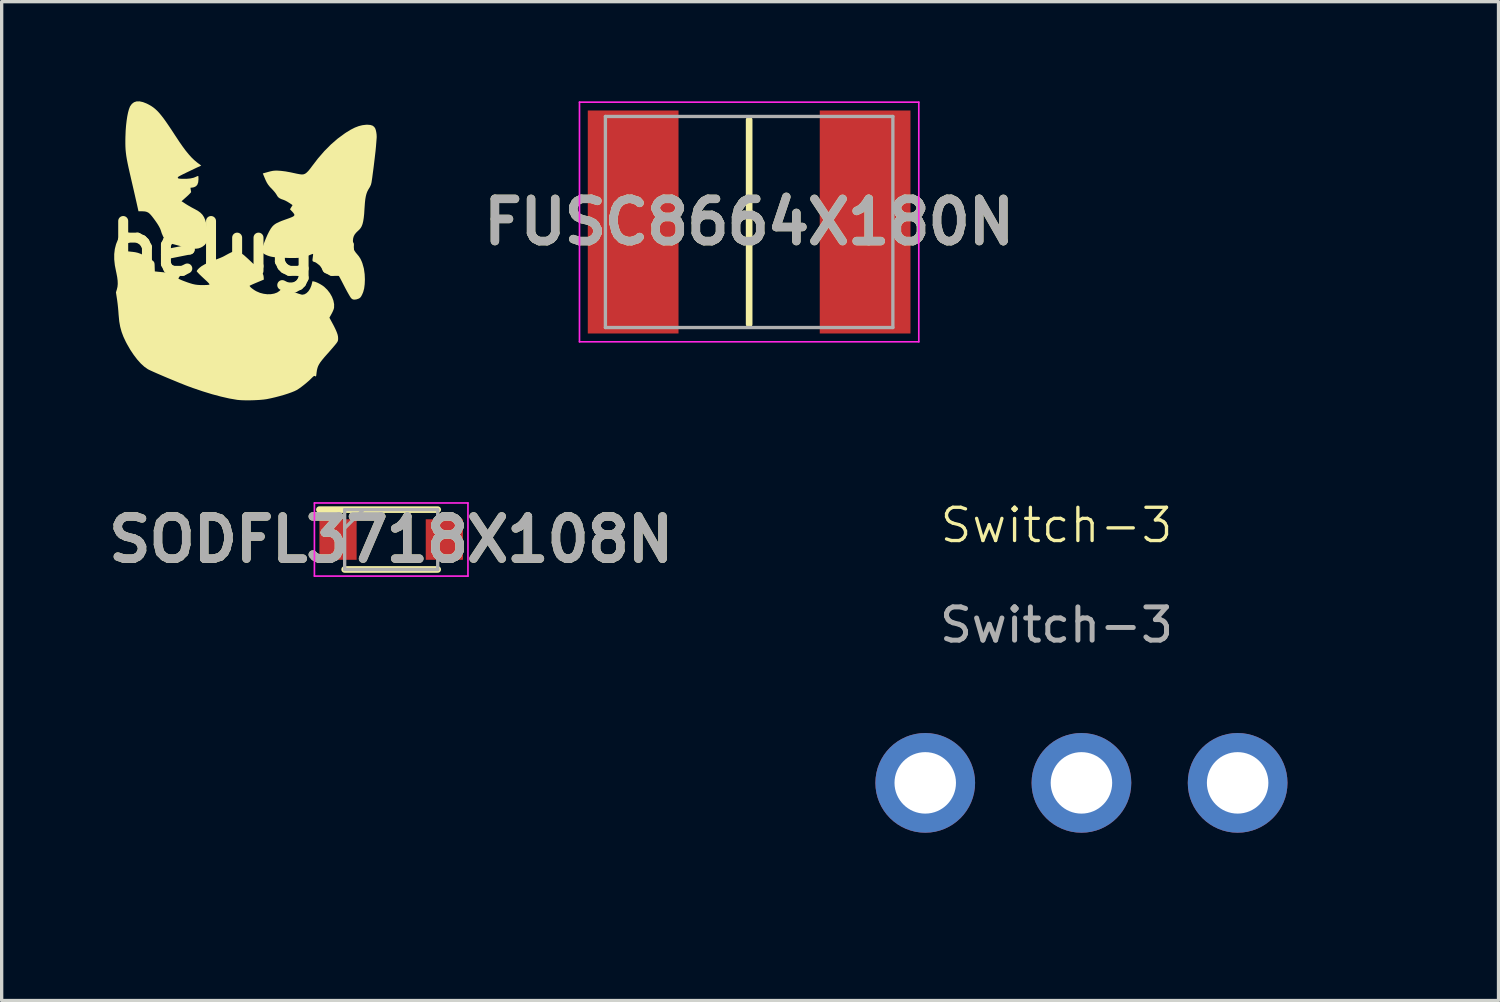
<source format=kicad_pcb>
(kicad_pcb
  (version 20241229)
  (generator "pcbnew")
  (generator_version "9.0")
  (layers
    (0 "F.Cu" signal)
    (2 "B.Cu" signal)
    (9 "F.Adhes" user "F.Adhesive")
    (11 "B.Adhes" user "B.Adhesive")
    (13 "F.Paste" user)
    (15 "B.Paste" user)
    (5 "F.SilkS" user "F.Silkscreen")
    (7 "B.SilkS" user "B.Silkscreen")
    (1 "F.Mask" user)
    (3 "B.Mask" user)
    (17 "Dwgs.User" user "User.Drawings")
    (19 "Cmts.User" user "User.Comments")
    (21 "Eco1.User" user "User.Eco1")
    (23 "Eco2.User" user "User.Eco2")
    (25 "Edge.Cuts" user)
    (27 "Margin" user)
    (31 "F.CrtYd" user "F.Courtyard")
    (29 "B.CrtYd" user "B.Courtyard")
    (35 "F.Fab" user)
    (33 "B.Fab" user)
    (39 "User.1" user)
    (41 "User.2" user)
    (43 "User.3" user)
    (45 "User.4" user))
  (footprint "beluga"
    (layer "F.Cu")
    (at 4.05 4.422)
    (property "Reference" "beluga" (at 0 0 0) (layer "F.SilkS") (effects (font (size 1.5 1.5) (thickness 0.3))))
    (attr board_only exclude_from_pos_files exclude_from_bom)
    (fp_poly (pts (xy -2.798 -4.4) (xy -2.686 -4.356) (xy -2.617 -4.321) (xy -2.554 -4.285) (xy -2.493 -4.244) (xy -2.435 -4.198) (xy -2.376 -4.144) (xy -2.316 -4.081) (xy -2.253 -4.006) (xy -2.184 -3.918) (xy -2.109 -3.814) (xy -2.026 -3.693) (xy -1.932 -3.553) (xy -1.827 -3.392) (xy -1.812 -3.37) (xy -1.702 -3.203) (xy -1.6 -3.057) (xy -1.507 -2.932) (xy -1.418 -2.824) (xy -1.334 -2.731) (xy -1.251 -2.651) (xy -1.167 -2.581) (xy -1.134 -2.556) (xy -1.045 -2.49) (xy -1.15 -2.441) (xy -1.196 -2.42) (xy -1.259 -2.39) (xy -1.336 -2.353) (xy -1.419 -2.313) (xy -1.503 -2.273) (xy -1.506 -2.271) (xy -1.591 -2.23) (xy -1.654 -2.198) (xy -1.699 -2.174) (xy -1.728 -2.157) (xy -1.744 -2.143) (xy -1.75 -2.132) (xy -1.75 -2.123) (xy -1.743 -2.11) (xy -1.728 -2.101) (xy -1.7 -2.096) (xy -1.652 -2.093) (xy -1.633 -2.092) (xy -1.493 -2.091) (xy -1.372 -2.102) (xy -1.273 -2.124) (xy -1.218 -2.146) (xy -1.178 -2.164) (xy -1.147 -2.176) (xy -1.134 -2.177) (xy -1.131 -2.161) (xy -1.129 -2.126) (xy -1.128 -2.079) (xy -1.128 -2.075) (xy -1.136 -1.986) (xy -1.161 -1.916) (xy -1.203 -1.868) (xy -1.263 -1.838) (xy -1.307 -1.829) (xy -1.369 -1.822) (xy -1.361 -1.767) (xy -1.355 -1.728) (xy -1.35 -1.7) (xy -1.349 -1.695) (xy -1.356 -1.681) (xy -1.381 -1.653) (xy -1.419 -1.614) (xy -1.467 -1.569) (xy -1.49 -1.548) (xy -1.637 -1.417) (xy -1.507 -1.332) (xy -1.435 -1.288) (xy -1.354 -1.241) (xy -1.274 -1.198) (xy -1.24 -1.18) (xy -1.147 -1.129) (xy -1.071 -1.074) (xy -1.009 -1.011) (xy -0.961 -0.937) (xy -0.923 -0.849) (xy -0.893 -0.744) (xy -0.871 -0.617) (xy -0.859 -0.511) (xy -0.853 -0.409) (xy -0.856 -0.314) (xy -0.869 -0.232) (xy -0.889 -0.169) (xy -0.892 -0.163) (xy -0.937 -0.103) (xy -1.006 -0.05) (xy -1.061 -0.021) (xy -1.127 0.002) (xy -1.203 0.012) (xy -1.293 0.009) (xy -1.401 -0.006) (xy -1.409 -0.008) (xy -1.463 -0.019) (xy -1.533 -0.034) (xy -1.612 -0.053) (xy -1.696 -0.074) (xy -1.779 -0.096) (xy -1.855 -0.116) (xy -1.919 -0.134) (xy -1.967 -0.149) (xy -1.986 -0.156) (xy -2.065 -0.2) (xy -2.132 -0.264) (xy -2.188 -0.347) (xy -2.234 -0.454) (xy -2.261 -0.539) (xy -2.283 -0.596) (xy -2.321 -0.668) (xy -2.373 -0.752) (xy -2.437 -0.844) (xy -2.509 -0.94) (xy -2.523 -0.958) (xy -2.578 -1.022) (xy -2.627 -1.067) (xy -2.678 -1.094) (xy -2.736 -1.109) (xy -2.809 -1.114) (xy -2.826 -1.114) (xy -2.933 -1.114) (xy -2.998 -1.406) (xy -3.019 -1.497) (xy -3.044 -1.608) (xy -3.072 -1.731) (xy -3.102 -1.861) (xy -3.132 -1.99) (xy -3.16 -2.112) (xy -3.162 -2.121) (xy -3.201 -2.29) (xy -3.234 -2.437) (xy -3.261 -2.565) (xy -3.283 -2.678) (xy -3.3 -2.78) (xy -3.312 -2.874) (xy -3.321 -2.965) (xy -3.326 -3.056) (xy -3.328 -3.15) (xy -3.328 -3.252) (xy -3.326 -3.365) (xy -3.325 -3.375) (xy -3.319 -3.538) (xy -3.307 -3.694) (xy -3.29 -3.84) (xy -3.27 -3.973) (xy -3.246 -4.09) (xy -3.219 -4.188) (xy -3.19 -4.262) (xy -3.184 -4.274) (xy -3.132 -4.346) (xy -3.068 -4.395) (xy -2.99 -4.421) (xy -2.9 -4.422)) (stroke (width 0) (type solid)) (fill yes) (layer "F.SilkS"))
    (fp_poly (pts (xy 4.044 -3.712) (xy 4.111 -3.691) (xy 4.159 -3.654) (xy 4.189 -3.611) (xy 4.207 -3.561) (xy 4.222 -3.495) (xy 4.232 -3.423) (xy 4.235 -3.356) (xy 4.234 -3.329) (xy 4.232 -3.299) (xy 4.228 -3.249) (xy 4.223 -3.184) (xy 4.217 -3.11) (xy 4.215 -3.081) (xy 4.209 -3.018) (xy 4.201 -2.934) (xy 4.189 -2.832) (xy 4.176 -2.718) (xy 4.161 -2.595) (xy 4.146 -2.47) (xy 4.13 -2.346) (xy 4.114 -2.227) (xy 4.1 -2.12) (xy 4.086 -2.028) (xy 4.08 -1.987) (xy 4.062 -1.913) (xy 4.03 -1.845) (xy 4.014 -1.819) (xy 3.978 -1.759) (xy 3.948 -1.699) (xy 3.925 -1.634) (xy 3.907 -1.562) (xy 3.892 -1.477) (xy 3.881 -1.376) (xy 3.872 -1.254) (xy 3.867 -1.181) (xy 3.858 -1.036) (xy 3.845 -0.915) (xy 3.829 -0.814) (xy 3.809 -0.732) (xy 3.783 -0.664) (xy 3.751 -0.609) (xy 3.713 -0.563) (xy 3.696 -0.547) (xy 3.627 -0.482) (xy 3.578 -0.424) (xy 3.546 -0.366) (xy 3.527 -0.303) (xy 3.519 -0.227) (xy 3.517 -0.169) (xy 3.522 -0.074) (xy 3.537 0.003) (xy 3.565 0.07) (xy 3.609 0.134) (xy 3.631 0.159) (xy 3.697 0.239) (xy 3.747 0.316) (xy 3.786 0.401) (xy 3.805 0.451) (xy 3.849 0.608) (xy 3.873 0.778) (xy 3.88 0.935) (xy 3.874 1.081) (xy 3.858 1.207) (xy 3.829 1.316) (xy 3.795 1.396) (xy 3.768 1.446) (xy 3.743 1.479) (xy 3.713 1.503) (xy 3.692 1.514) (xy 3.629 1.536) (xy 3.571 1.544) (xy 3.527 1.54) (xy 3.495 1.526) (xy 3.466 1.5) (xy 3.448 1.476) (xy 3.42 1.431) (xy 3.385 1.371) (xy 3.344 1.298) (xy 3.3 1.216) (xy 3.264 1.147) (xy 3.209 1.041) (xy 3.165 0.956) (xy 3.13 0.89) (xy 3.102 0.84) (xy 3.079 0.805) (xy 3.061 0.781) (xy 3.043 0.767) (xy 3.026 0.76) (xy 3.006 0.757) (xy 2.983 0.758) (xy 2.958 0.758) (xy 2.888 0.752) (xy 2.822 0.734) (xy 2.754 0.702) (xy 2.682 0.655) (xy 2.6 0.588) (xy 2.557 0.551) (xy 2.493 0.495) (xy 2.438 0.452) (xy 2.396 0.424) (xy 2.376 0.416) (xy 2.337 0.404) (xy 2.313 0.391) (xy 2.303 0.37) (xy 2.303 0.336) (xy 2.31 0.283) (xy 2.311 0.277) (xy 2.317 0.227) (xy 2.321 0.189) (xy 2.321 0.169) (xy 2.32 0.168) (xy 2.306 0.17) (xy 2.273 0.181) (xy 2.228 0.199) (xy 2.208 0.208) (xy 2.129 0.238) (xy 2.05 0.262) (xy 1.967 0.278) (xy 1.873 0.288) (xy 1.764 0.292) (xy 1.636 0.292) (xy 1.571 0.29) (xy 1.436 0.285) (xy 1.325 0.28) (xy 1.234 0.274) (xy 1.159 0.267) (xy 1.096 0.258) (xy 1.042 0.247) (xy 0.994 0.233) (xy 0.948 0.217) (xy 0.945 0.216) (xy 0.878 0.186) (xy 0.83 0.157) (xy 0.799 0.124) (xy 0.786 0.083) (xy 0.787 0.031) (xy 0.804 -0.038) (xy 0.833 -0.125) (xy 0.839 -0.143) (xy 0.893 -0.28) (xy 0.946 -0.403) (xy 0.999 -0.509) (xy 1.049 -0.594) (xy 1.095 -0.656) (xy 1.097 -0.658) (xy 1.134 -0.695) (xy 1.177 -0.729) (xy 1.229 -0.76) (xy 1.294 -0.791) (xy 1.376 -0.825) (xy 1.479 -0.863) (xy 1.505 -0.872) (xy 1.594 -0.904) (xy 1.659 -0.929) (xy 1.706 -0.95) (xy 1.736 -0.968) (xy 1.752 -0.985) (xy 1.758 -1.002) (xy 1.759 -1.008) (xy 1.75 -1.031) (xy 1.727 -1.065) (xy 1.694 -1.104) (xy 1.692 -1.105) (xy 1.626 -1.175) (xy 1.665 -1.238) (xy 1.703 -1.3) (xy 1.604 -1.367) (xy 1.549 -1.401) (xy 1.492 -1.432) (xy 1.443 -1.454) (xy 1.434 -1.457) (xy 1.363 -1.482) (xy 1.312 -1.507) (xy 1.276 -1.534) (xy 1.246 -1.57) (xy 1.225 -1.607) (xy 1.196 -1.652) (xy 1.154 -1.706) (xy 1.107 -1.759) (xy 1.088 -1.779) (xy 1.023 -1.846) (xy 0.973 -1.908) (xy 0.931 -1.973) (xy 0.893 -2.05) (xy 0.861 -2.125) (xy 0.808 -2.253) (xy 0.965 -2.297) (xy 1.045 -2.318) (xy 1.109 -2.331) (xy 1.166 -2.337) (xy 1.225 -2.339) (xy 1.231 -2.339) (xy 1.352 -2.331) (xy 1.492 -2.314) (xy 1.644 -2.286) (xy 1.769 -2.259) (xy 1.838 -2.244) (xy 1.903 -2.232) (xy 1.957 -2.224) (xy 1.989 -2.222) (xy 2.036 -2.227) (xy 2.082 -2.245) (xy 2.128 -2.279) (xy 2.178 -2.329) (xy 2.236 -2.4) (xy 2.273 -2.45) (xy 2.465 -2.701) (xy 2.66 -2.926) (xy 2.859 -3.126) (xy 3.062 -3.302) (xy 3.272 -3.456) (xy 3.318 -3.487) (xy 3.454 -3.57) (xy 3.578 -3.633) (xy 3.693 -3.677) (xy 3.804 -3.705) (xy 3.914 -3.718) (xy 3.958 -3.719)) (stroke (width 0) (type solid)) (fill yes) (layer "F.SilkS"))
    (fp_poly (pts (xy -3.483 -0.378) (xy -3.485 -0.348) (xy -3.486 -0.339) (xy -3.487 -0.296) (xy -3.483 -0.238) (xy -3.475 -0.172) (xy -3.464 -0.105) (xy -3.451 -0.044) (xy -3.437 0.003) (xy -3.425 0.027) (xy -3.402 0.048) (xy -3.365 0.065) (xy -3.31 0.08) (xy -3.236 0.093) (xy -3.137 0.104) (xy -3.121 0.105) (xy -3.032 0.117) (xy -2.95 0.136) (xy -2.869 0.165) (xy -2.781 0.206) (xy -2.681 0.262) (xy -2.661 0.273) (xy -2.587 0.317) (xy -2.533 0.351) (xy -2.495 0.378) (xy -2.471 0.403) (xy -2.457 0.43) (xy -2.45 0.463) (xy -2.447 0.505) (xy -2.446 0.554) (xy -2.441 0.695) (xy -2.372 0.702) (xy -2.339 0.706) (xy -2.283 0.711) (xy -2.211 0.718) (xy -2.126 0.726) (xy -2.034 0.735) (xy -1.98 0.74) (xy -1.89 0.748) (xy -1.809 0.756) (xy -1.742 0.763) (xy -1.69 0.769) (xy -1.66 0.773) (xy -1.652 0.774) (xy -1.656 0.786) (xy -1.673 0.814) (xy -1.689 0.838) (xy -1.713 0.873) (xy -1.728 0.899) (xy -1.732 0.908) (xy -1.72 0.919) (xy -1.687 0.935) (xy -1.638 0.957) (xy -1.578 0.981) (xy -1.511 1.006) (xy -1.442 1.031) (xy -1.377 1.052) (xy -1.318 1.07) (xy -1.295 1.076) (xy -1.226 1.091) (xy -1.158 1.1) (xy -1.081 1.105) (xy -1 1.106) (xy -0.933 1.105) (xy -0.873 1.103) (xy -0.828 1.099) (xy -0.804 1.094) (xy -0.802 1.093) (xy -0.797 1.086) (xy -0.8 1.075) (xy -0.814 1.056) (xy -0.84 1.027) (xy -0.881 0.987) (xy -0.939 0.933) (xy -0.98 0.895) (xy -1.041 0.838) (xy -1.095 0.786) (xy -1.138 0.741) (xy -1.168 0.708) (xy -1.181 0.69) (xy -1.181 0.688) (xy -1.172 0.668) (xy -1.148 0.637) (xy -1.114 0.601) (xy -1.108 0.595) (xy -1.039 0.54) (xy -0.943 0.483) (xy -0.824 0.424) (xy -0.68 0.366) (xy -0.597 0.336) (xy -0.527 0.31) (xy -0.459 0.283) (xy -0.4 0.257) (xy -0.362 0.238) (xy -0.28 0.193) (xy -0.217 0.159) (xy -0.169 0.135) (xy -0.134 0.118) (xy -0.105 0.108) (xy -0.081 0.102) (xy -0.064 0.099) (xy 0.016 0.101) (xy 0.102 0.125) (xy 0.189 0.169) (xy 0.224 0.193) (xy 0.255 0.219) (xy 0.302 0.261) (xy 0.361 0.314) (xy 0.428 0.377) (xy 0.499 0.444) (xy 0.553 0.496) (xy 0.633 0.574) (xy 0.696 0.637) (xy 0.744 0.687) (xy 0.779 0.728) (xy 0.803 0.762) (xy 0.819 0.793) (xy 0.828 0.824) (xy 0.833 0.857) (xy 0.835 0.883) (xy 0.839 0.941) (xy 0.631 1.028) (xy 0.562 1.057) (xy 0.5 1.084) (xy 0.452 1.106) (xy 0.421 1.121) (xy 0.412 1.126) (xy 0.415 1.141) (xy 0.436 1.166) (xy 0.471 1.198) (xy 0.517 1.232) (xy 0.568 1.267) (xy 0.616 1.294) (xy 0.721 1.339) (xy 0.832 1.368) (xy 0.944 1.382) (xy 1.052 1.38) (xy 1.152 1.362) (xy 1.24 1.33) (xy 1.31 1.282) (xy 1.314 1.278) (xy 1.346 1.245) (xy 1.371 1.215) (xy 1.379 1.203) (xy 1.389 1.188) (xy 1.402 1.184) (xy 1.426 1.191) (xy 1.452 1.201) (xy 1.575 1.25) (xy 1.687 1.294) (xy 1.786 1.331) (xy 1.87 1.361) (xy 1.936 1.382) (xy 1.981 1.394) (xy 1.999 1.396) (xy 2.064 1.383) (xy 2.125 1.347) (xy 2.182 1.29) (xy 2.23 1.215) (xy 2.267 1.127) (xy 2.283 1.069) (xy 2.301 0.991) (xy 2.348 0.998) (xy 2.399 1.013) (xy 2.463 1.04) (xy 2.532 1.076) (xy 2.599 1.117) (xy 2.654 1.157) (xy 2.749 1.249) (xy 2.828 1.351) (xy 2.89 1.46) (xy 2.932 1.571) (xy 2.954 1.682) (xy 2.952 1.787) (xy 2.952 1.79) (xy 2.939 1.837) (xy 2.914 1.898) (xy 2.88 1.966) (xy 2.877 1.971) (xy 2.812 2.088) (xy 2.889 2.229) (xy 2.951 2.345) (xy 2.998 2.442) (xy 3.033 2.523) (xy 3.057 2.591) (xy 3.07 2.649) (xy 3.074 2.701) (xy 3.074 2.702) (xy 3.073 2.749) (xy 3.067 2.783) (xy 3.053 2.814) (xy 3.027 2.852) (xy 3.015 2.868) (xy 2.988 2.901) (xy 2.947 2.95) (xy 2.895 3.011) (xy 2.836 3.079) (xy 2.773 3.151) (xy 2.745 3.182) (xy 2.661 3.277) (xy 2.594 3.358) (xy 2.541 3.427) (xy 2.502 3.488) (xy 2.472 3.546) (xy 2.452 3.604) (xy 2.437 3.665) (xy 2.427 3.734) (xy 2.426 3.74) (xy 2.419 3.799) (xy 2.414 3.835) (xy 2.407 3.852) (xy 2.399 3.856) (xy 2.387 3.85) (xy 2.382 3.847) (xy 2.368 3.84) (xy 2.354 3.84) (xy 2.335 3.851) (xy 2.307 3.876) (xy 2.265 3.917) (xy 2.261 3.922) (xy 2.199 3.981) (xy 2.125 4.045) (xy 2.045 4.111) (xy 1.966 4.172) (xy 1.893 4.224) (xy 1.833 4.263) (xy 1.826 4.266) (xy 1.758 4.299) (xy 1.668 4.335) (xy 1.561 4.373) (xy 1.442 4.411) (xy 1.315 4.447) (xy 1.185 4.481) (xy 1.057 4.511) (xy 0.935 4.536) (xy 0.92 4.539) (xy 0.831 4.551) (xy 0.724 4.561) (xy 0.604 4.568) (xy 0.478 4.573) (xy 0.352 4.574) (xy 0.233 4.573) (xy 0.126 4.568) (xy 0.039 4.56) (xy 0.027 4.558) (xy -0.204 4.518) (xy -0.453 4.461) (xy -0.719 4.39) (xy -0.999 4.304) (xy -1.291 4.205) (xy -1.434 4.153) (xy -1.515 4.122) (xy -1.61 4.084) (xy -1.716 4.042) (xy -1.829 3.995) (xy -1.946 3.947) (xy -2.064 3.898) (xy -2.18 3.849) (xy -2.291 3.801) (xy -2.393 3.757) (xy -2.483 3.717) (xy -2.558 3.683) (xy -2.615 3.656) (xy -2.651 3.638) (xy -2.653 3.636) (xy -2.757 3.563) (xy -2.863 3.466) (xy -2.97 3.347) (xy -3.076 3.208) (xy -3.179 3.054) (xy -3.277 2.884) (xy -3.31 2.822) (xy -3.384 2.666) (xy -3.441 2.515) (xy -3.483 2.362) (xy -3.512 2.2) (xy -3.529 2.021) (xy -3.532 1.987) (xy -3.539 1.888) (xy -3.549 1.778) (xy -3.561 1.667) (xy -3.574 1.568) (xy -3.578 1.538) (xy -3.611 1.325) (xy -3.584 1.238) (xy -3.565 1.158) (xy -3.557 1.072) (xy -3.56 0.976) (xy -3.574 0.865) (xy -3.599 0.735) (xy -3.606 0.703) (xy -3.644 0.511) (xy -3.663 0.335) (xy -3.663 0.173) (xy -3.645 0.021) (xy -3.608 -0.124) (xy -3.551 -0.266) (xy -3.535 -0.299) (xy -3.513 -0.342) (xy -3.495 -0.374) (xy -3.486 -0.389) (xy -3.485 -0.389)) (stroke (width 0) (type solid)) (fill yes) (layer "F.SilkS")))
  (footprint "FUSC8664X180N"
    (layer "F.Cu")
    (at 19.492 3.63)
    (property "Reference" "FUSC8664X180N" (at 0 0 0) (layer "F.SilkS") (effects (font (size 1.27 1.27) (thickness 0.254))))
    (attr smd)
    (fp_line (start 0 -3.075) (end 0 3.075) (stroke (width 0.2) (type solid)) (layer "F.SilkS"))
    (fp_line (start -5.105 -3.605) (end 5.105 -3.605) (stroke (width 0.05) (type solid)) (layer "F.CrtYd"))
    (fp_line (start -5.105 3.605) (end -5.105 -3.605) (stroke (width 0.05) (type solid)) (layer "F.CrtYd"))
    (fp_line (start 5.105 -3.605) (end 5.105 3.605) (stroke (width 0.05) (type solid)) (layer "F.CrtYd"))
    (fp_line (start 5.105 3.605) (end -5.105 3.605) (stroke (width 0.05) (type solid)) (layer "F.CrtYd"))
    (fp_line (start -4.325 -3.175) (end 4.325 -3.175) (stroke (width 0.1) (type solid)) (layer "F.Fab"))
    (fp_line (start -4.325 3.175) (end -4.325 -3.175) (stroke (width 0.1) (type solid)) (layer "F.Fab"))
    (fp_line (start 4.325 -3.175) (end 4.325 3.175) (stroke (width 0.1) (type solid)) (layer "F.Fab"))
    (fp_line (start 4.325 3.175) (end -4.325 3.175) (stroke (width 0.1) (type solid)) (layer "F.Fab"))
    (fp_text user "${REFERENCE}" (at 0 0 0) (layer "F.Fab") (effects (font (size 1.27 1.27) (thickness 0.254))))
    (pad "1" smd rect (at -3.49 0) (size 2.73 6.71) (layers "F.Cu" "F.Mask" "F.Paste"))
    (pad "2" smd rect (at 3.49 0) (size 2.73 6.71) (layers "F.Cu" "F.Mask" "F.Paste")))
  (footprint "SODFL3718X108N"
    (layer "F.Cu")
    (at 8.721 13.185)
    (property "Reference" "SODFL3718X108N" (at 0 0 0) (layer "F.SilkS") (effects (font (size 1.27 1.27) (thickness 0.254))))
    (attr smd)
    (fp_line (start -2.16 -0.9) (end 1.4 -0.9) (stroke (width 0.2) (type solid)) (layer "F.SilkS"))
    (fp_line (start -1.4 0.9) (end 1.4 0.9) (stroke (width 0.2) (type solid)) (layer "F.SilkS"))
    (fp_line (start -2.31 -1.1) (end 2.31 -1.1) (stroke (width 0.05) (type solid)) (layer "F.CrtYd"))
    (fp_line (start -2.31 1.1) (end -2.31 -1.1) (stroke (width 0.05) (type solid)) (layer "F.CrtYd"))
    (fp_line (start 2.31 -1.1) (end 2.31 1.1) (stroke (width 0.05) (type solid)) (layer "F.CrtYd"))
    (fp_line (start 2.31 1.1) (end -2.31 1.1) (stroke (width 0.05) (type solid)) (layer "F.CrtYd"))
    (fp_line (start -1.4 -0.9) (end 1.4 -0.9) (stroke (width 0.1) (type solid)) (layer "F.Fab"))
    (fp_line (start -1.4 -0.34) (end -0.84 -0.9) (stroke (width 0.1) (type solid)) (layer "F.Fab"))
    (fp_line (start -1.4 0.9) (end -1.4 -0.9) (stroke (width 0.1) (type solid)) (layer "F.Fab"))
    (fp_line (start 1.4 -0.9) (end 1.4 0.9) (stroke (width 0.1) (type solid)) (layer "F.Fab"))
    (fp_line (start 1.4 0.9) (end -1.4 0.9) (stroke (width 0.1) (type solid)) (layer "F.Fab"))
    (fp_text user "${REFERENCE}" (at 0 0 0) (layer "F.Fab") (effects (font (size 1.27 1.27) (thickness 0.254))))
    (pad "1" smd rect (at -1.6 0) (size 1.12 1.22) (layers "F.Cu" "F.Mask" "F.Paste"))
    (pad "2" smd rect (at 1.6 0) (size 1.12 1.22) (layers "F.Cu" "F.Mask" "F.Paste")))
  (footprint "Switch-3"
    (layer "F.Cu")
    (at 29.491 20.507)
    (property "Reference" "Switch-3" (at -0.75 -7.75 0) (unlocked yes) (layer "F.SilkS") (effects (font (size 1 1) (thickness 0.1))))
    (attr through_hole)
    (fp_rect (start -9 -3.25) (end 9.5 3.5) (stroke (width 0.1) (type default)) (fill no) (layer "Margin"))
    (fp_text user "${REFERENCE}" (at -0.75 -4.75 0) (unlocked yes) (layer "F.Fab") (effects (font (size 1 1) (thickness 0.15))))
    (pad "1" thru_hole circle (at -4.7 0) (size 3 3) (drill 1.85) (layers "*.Cu" "*.Mask"))
    (pad "2" thru_hole circle (at 0 0) (size 3 3) (drill 1.85) (layers "*.Cu" "*.Mask"))
    (pad "3" thru_hole circle (at 4.7 0) (size 3 3) (drill 1.85) (layers "*.Cu" "*.Mask")))
  (gr_rect
    (start -3 -3)
    (end 42.041 27.057)
    (stroke (width 0.1) (type default))
    (fill no)
    (layer "Edge.Cuts")))
</source>
